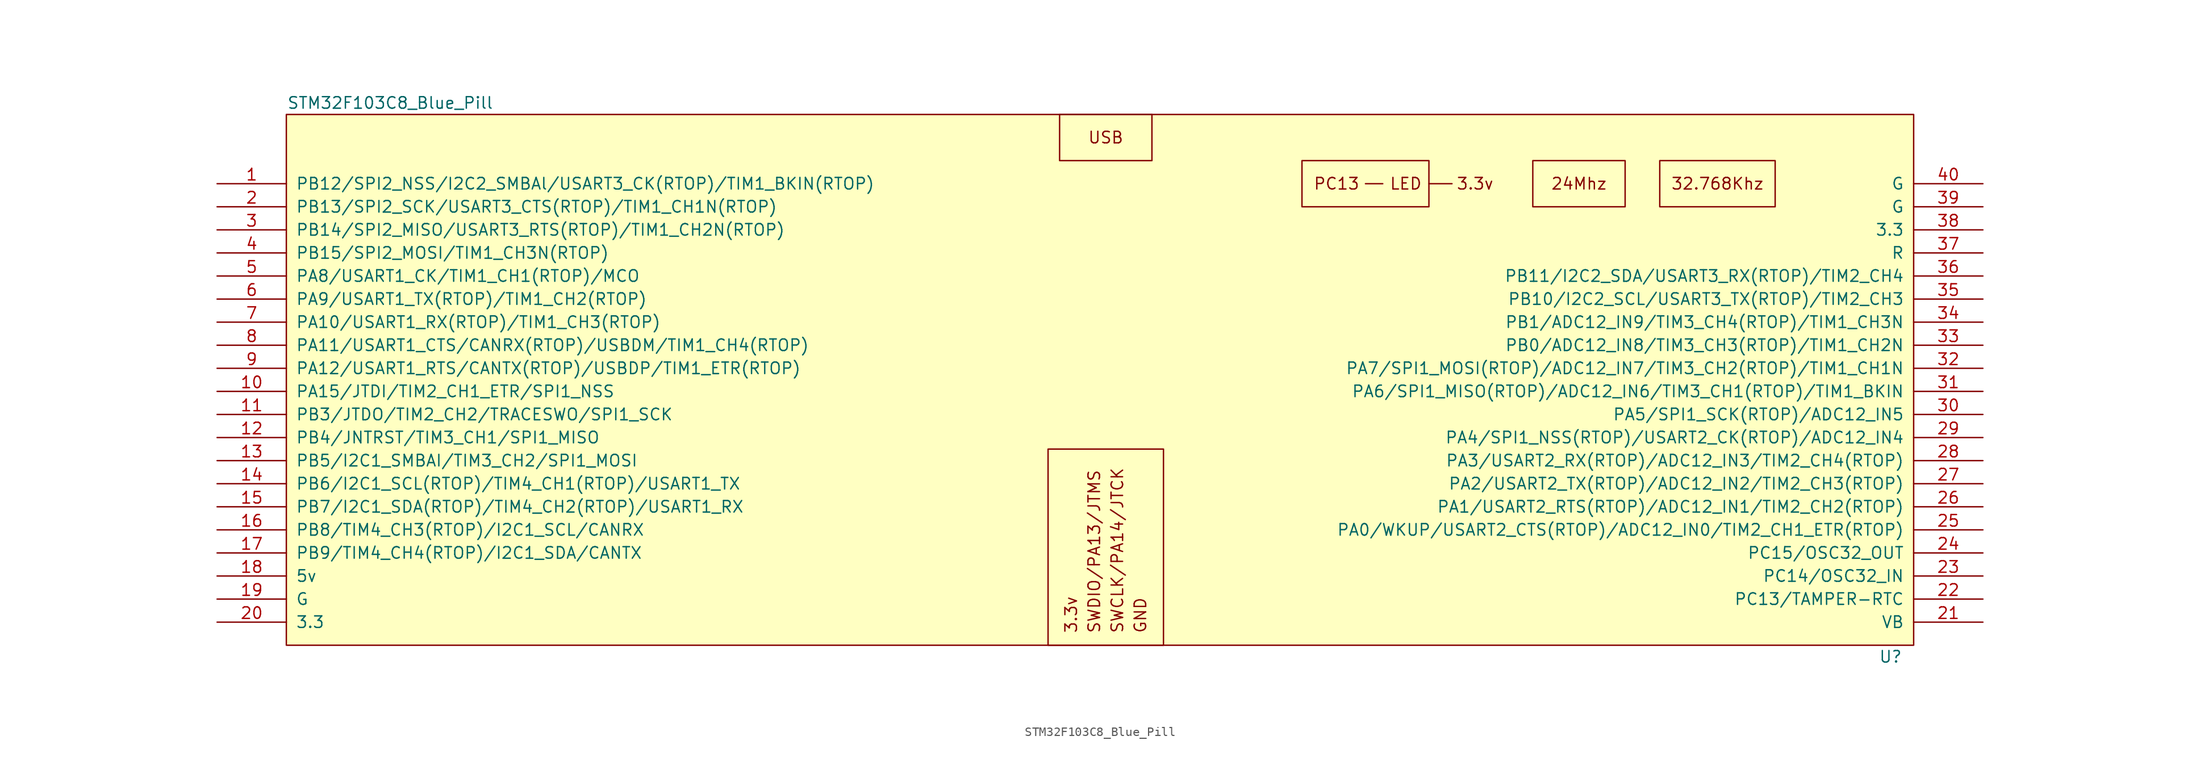
<source format=kicad_sym>
(kicad_symbol_lib
  (version 20211014)
  (generator kicad_symbol_editor)
  (symbol "STM32F103C8_Blue_Pill"
    (pin_names
      (offset 1.016))
    (property "Reference" "U"
      (at 86.36 -59.69 0)
      (effects (font (size 1.27 1.27))))
    (property "Value" "STM32F103C8_Blue_Pill"
      (at -78.74 1.27 0)
      (effects (font (size 1.27 1.27))))
    (symbol "STM32F103C8_Blue_Pill_0_0"
      (polyline (pts (xy 28.575 -7.62) (xy 30.48 -7.62)) (stroke (width 0) (type default) (color 0 0 0 0)) (fill (type none)))
      (text "3.3v" (at -3.81 -57.15 900) (effects (font (size 1.27 1.27)) (justify left)))
      (text "3.3v" (at 40.64 -7.62 0) (effects (font (size 1.27 1.27))))
      (text "USB" (at 0 -2.54 0) (effects (font (size 1.27 1.27)))))
    (symbol "STM32F103C8_Blue_Pill_0_1"
      (rectangle (start -90.17 0) (end 88.9 -58.42) (stroke (width 0) (type default) (color 0 0 0 0)) (fill (type background)))
      (rectangle (start -6.35 -36.83) (end 6.35 -58.42) (stroke (width 0) (type default) (color 0 0 0 0)) (fill (type none)))
      (rectangle (start -5.08 0) (end 5.08 -5.08) (stroke (width 0) (type default) (color 0 0 0 0)) (fill (type none))))
    (symbol "STM32F103C8_Blue_Pill_1_1"
      (polyline (pts (xy 35.56 -7.62) (xy 38.1 -7.62)) (stroke (width 0) (type default) (color 0 0 0 0)) (fill (type none)))
      (rectangle (start 21.59 -5.08) (end 35.56 -10.16) (stroke (width 0) (type default) (color 0 0 0 0)) (fill (type none)))
      (rectangle (start 46.99 -5.08) (end 57.15 -10.16) (stroke (width 0) (type default) (color 0 0 0 0)) (fill (type none)))
      (rectangle (start 60.96 -5.08) (end 73.66 -10.16) (stroke (width 0) (type default) (color 0 0 0 0)) (fill (type none)))
      (text "24Mhz" (at 52.07 -7.62 0) (effects (font (size 1.27 1.27))))
      (text "32.768Khz" (at 67.31 -7.62 0) (effects (font (size 1.27 1.27))))
      (text "GND" (at 3.81 -57.15 900) (effects (font (size 1.27 1.27)) (justify left)))
      (text "LED" (at 33.02 -7.62 0) (effects (font (size 1.27 1.27))))
      (text "PC13" (at 25.4 -7.62 0) (effects (font (size 1.27 1.27))))
      (text "SWCLK/PA14/JTCK" (at 1.27 -57.15 900) (effects (font (size 1.27 1.27)) (justify left)))
      (text "SWDIO/PA13/JTMS" (at -1.27 -57.15 900) (effects (font (size 1.27 1.27)) (justify left)))
      (pin input line (at -97.79 -7.62 0) (length 7.62) (name "PB12/SPI2_NSS/I2C2_SMBAl/USART3_CK(RTOP)/TIM1_BKIN(RTOP)" (effects (font (size 1.27 1.27)))) (number "1" (effects (font (size 1.27 1.27)))))
      (pin input line (at -97.79 -30.48 0) (length 7.62) (name "PA15/JTDI/TIM2_CH1_ETR/SPI1_NSS" (effects (font (size 1.27 1.27)))) (number "10" (effects (font (size 1.27 1.27)))))
      (pin input line (at -97.79 -33.02 0) (length 7.62) (name "PB3/JTDO/TIM2_CH2/TRACESWO/SPI1_SCK" (effects (font (size 1.27 1.27)))) (number "11" (effects (font (size 1.27 1.27)))))
      (pin input line (at -97.79 -35.56 0) (length 7.62) (name "PB4/JNTRST/TIM3_CH1/SPI1_MISO" (effects (font (size 1.27 1.27)))) (number "12" (effects (font (size 1.27 1.27)))))
      (pin input line (at -97.79 -38.1 0) (length 7.62) (name "PB5/I2C1_SMBAI/TIM3_CH2/SPI1_MOSI" (effects (font (size 1.27 1.27)))) (number "13" (effects (font (size 1.27 1.27)))))
      (pin input line (at -97.79 -40.64 0) (length 7.62) (name "PB6/I2C1_SCL(RTOP)/TIM4_CH1(RTOP)/USART1_TX" (effects (font (size 1.27 1.27)))) (number "14" (effects (font (size 1.27 1.27)))))
      (pin input line (at -97.79 -43.18 0) (length 7.62) (name "PB7/I2C1_SDA(RTOP)/TIM4_CH2(RTOP)/USART1_RX" (effects (font (size 1.27 1.27)))) (number "15" (effects (font (size 1.27 1.27)))))
      (pin input line (at -97.79 -45.72 0) (length 7.62) (name "PB8/TIM4_CH3(RTOP)/I2C1_SCL/CANRX" (effects (font (size 1.27 1.27)))) (number "16" (effects (font (size 1.27 1.27)))))
      (pin input line (at -97.79 -48.26 0) (length 7.62) (name "PB9/TIM4_CH4(RTOP)/I2C1_SDA/CANTX" (effects (font (size 1.27 1.27)))) (number "17" (effects (font (size 1.27 1.27)))))
      (pin input line (at -97.79 -50.8 0) (length 7.62) (name "5v" (effects (font (size 1.27 1.27)))) (number "18" (effects (font (size 1.27 1.27)))))
      (pin input line (at -97.79 -53.34 0) (length 7.62) (name "G" (effects (font (size 1.27 1.27)))) (number "19" (effects (font (size 1.27 1.27)))))
      (pin input line (at -97.79 -10.16 0) (length 7.62) (name "PB13/SPI2_SCK/USART3_CTS(RTOP)/TIM1_CH1N(RTOP)" (effects (font (size 1.27 1.27)))) (number "2" (effects (font (size 1.27 1.27)))))
      (pin input line (at -97.79 -55.88 0) (length 7.62) (name "3.3" (effects (font (size 1.27 1.27)))) (number "20" (effects (font (size 1.27 1.27)))))
      (pin input line (at 96.52 -55.88 180) (length 7.62) (name "VB" (effects (font (size 1.27 1.27)))) (number "21" (effects (font (size 1.27 1.27)))))
      (pin input line (at 96.52 -53.34 180) (length 7.62) (name "PC13/TAMPER-RTC" (effects (font (size 1.27 1.27)))) (number "22" (effects (font (size 1.27 1.27)))))
      (pin input line (at 96.52 -50.8 180) (length 7.62) (name "PC14/OSC32_IN" (effects (font (size 1.27 1.27)))) (number "23" (effects (font (size 1.27 1.27)))))
      (pin input line (at 96.52 -48.26 180) (length 7.62) (name "PC15/OSC32_OUT" (effects (font (size 1.27 1.27)))) (number "24" (effects (font (size 1.27 1.27)))))
      (pin input line (at 96.52 -45.72 180) (length 7.62) (name "PA0/WKUP/USART2_CTS(RTOP)/ADC12_IN0/TIM2_CH1_ETR(RTOP)" (effects (font (size 1.27 1.27)))) (number "25" (effects (font (size 1.27 1.27)))))
      (pin input line (at 96.52 -43.18 180) (length 7.62) (name "PA1/USART2_RTS(RTOP)/ADC12_IN1/TIM2_CH2(RTOP)" (effects (font (size 1.27 1.27)))) (number "26" (effects (font (size 1.27 1.27)))))
      (pin input line (at 96.52 -40.64 180) (length 7.62) (name "PA2/USART2_TX(RTOP)/ADC12_IN2/TIM2_CH3(RTOP)" (effects (font (size 1.27 1.27)))) (number "27" (effects (font (size 1.27 1.27)))))
      (pin input line (at 96.52 -38.1 180) (length 7.62) (name "PA3/USART2_RX(RTOP)/ADC12_IN3/TIM2_CH4(RTOP)" (effects (font (size 1.27 1.27)))) (number "28" (effects (font (size 1.27 1.27)))))
      (pin input line (at 96.52 -35.56 180) (length 7.62) (name "PA4/SPI1_NSS(RTOP)/USART2_CK(RTOP)/ADC12_IN4" (effects (font (size 1.27 1.27)))) (number "29" (effects (font (size 1.27 1.27)))))
      (pin input line (at -97.79 -12.7 0) (length 7.62) (name "PB14/SPI2_MISO/USART3_RTS(RTOP)/TIM1_CH2N(RTOP)" (effects (font (size 1.27 1.27)))) (number "3" (effects (font (size 1.27 1.27)))))
      (pin input line (at 96.52 -33.02 180) (length 7.62) (name "PA5/SPI1_SCK(RTOP)/ADC12_IN5" (effects (font (size 1.27 1.27)))) (number "30" (effects (font (size 1.27 1.27)))))
      (pin input line (at 96.52 -30.48 180) (length 7.62) (name "PA6/SPI1_MISO(RTOP)/ADC12_IN6/TIM3_CH1(RTOP)/TIM1_BKIN" (effects (font (size 1.27 1.27)))) (number "31" (effects (font (size 1.27 1.27)))))
      (pin input line (at 96.52 -27.94 180) (length 7.62) (name "PA7/SPI1_MOSI(RTOP)/ADC12_IN7/TIM3_CH2(RTOP)/TIM1_CH1N" (effects (font (size 1.27 1.27)))) (number "32" (effects (font (size 1.27 1.27)))))
      (pin input line (at 96.52 -25.4 180) (length 7.62) (name "PB0/ADC12_IN8/TIM3_CH3(RTOP)/TIM1_CH2N" (effects (font (size 1.27 1.27)))) (number "33" (effects (font (size 1.27 1.27)))))
      (pin input line (at 96.52 -22.86 180) (length 7.62) (name "PB1/ADC12_IN9/TIM3_CH4(RTOP)/TIM1_CH3N" (effects (font (size 1.27 1.27)))) (number "34" (effects (font (size 1.27 1.27)))))
      (pin input line (at 96.52 -20.32 180) (length 7.62) (name "PB10/I2C2_SCL/USART3_TX(RTOP)/TIM2_CH3" (effects (font (size 1.27 1.27)))) (number "35" (effects (font (size 1.27 1.27)))))
      (pin input line (at 96.52 -17.78 180) (length 7.62) (name "PB11/I2C2_SDA/USART3_RX(RTOP)/TIM2_CH4" (effects (font (size 1.27 1.27)))) (number "36" (effects (font (size 1.27 1.27)))))
      (pin input line (at 96.52 -15.24 180) (length 7.62) (name "R" (effects (font (size 1.27 1.27)))) (number "37" (effects (font (size 1.27 1.27)))))
      (pin input line (at 96.52 -12.7 180) (length 7.62) (name "3.3" (effects (font (size 1.27 1.27)))) (number "38" (effects (font (size 1.27 1.27)))))
      (pin input line (at 96.52 -10.16 180) (length 7.62) (name "G" (effects (font (size 1.27 1.27)))) (number "39" (effects (font (size 1.27 1.27)))))
      (pin input line (at -97.79 -15.24 0) (length 7.62) (name "PB15/SPI2_MOSI/TIM1_CH3N(RTOP)" (effects (font (size 1.27 1.27)))) (number "4" (effects (font (size 1.27 1.27)))))
      (pin input line (at 96.52 -7.62 180) (length 7.62) (name "G" (effects (font (size 1.27 1.27)))) (number "40" (effects (font (size 1.27 1.27)))))
      (pin input line (at -97.79 -17.78 0) (length 7.62) (name "PA8/USART1_CK/TIM1_CH1(RTOP)/MCO" (effects (font (size 1.27 1.27)))) (number "5" (effects (font (size 1.27 1.27)))))
      (pin input line (at -97.79 -20.32 0) (length 7.62) (name "PA9/USART1_TX(RTOP)/TIM1_CH2(RTOP)" (effects (font (size 1.27 1.27)))) (number "6" (effects (font (size 1.27 1.27)))))
      (pin input line (at -97.79 -22.86 0) (length 7.62) (name "PA10/USART1_RX(RTOP)/TIM1_CH3(RTOP)" (effects (font (size 1.27 1.27)))) (number "7" (effects (font (size 1.27 1.27)))))
      (pin input line (at -97.79 -25.4 0) (length 7.62) (name "PA11/USART1_CTS/CANRX(RTOP)/USBDM/TIM1_CH4(RTOP)" (effects (font (size 1.27 1.27)))) (number "8" (effects (font (size 1.27 1.27)))))
      (pin input line (at -97.79 -27.94 0) (length 7.62) (name "PA12/USART1_RTS/CANTX(RTOP)/USBDP/TIM1_ETR(RTOP)" (effects (font (size 1.27 1.27)))) (number "9" (effects (font (size 1.27 1.27))))))))
</source>
